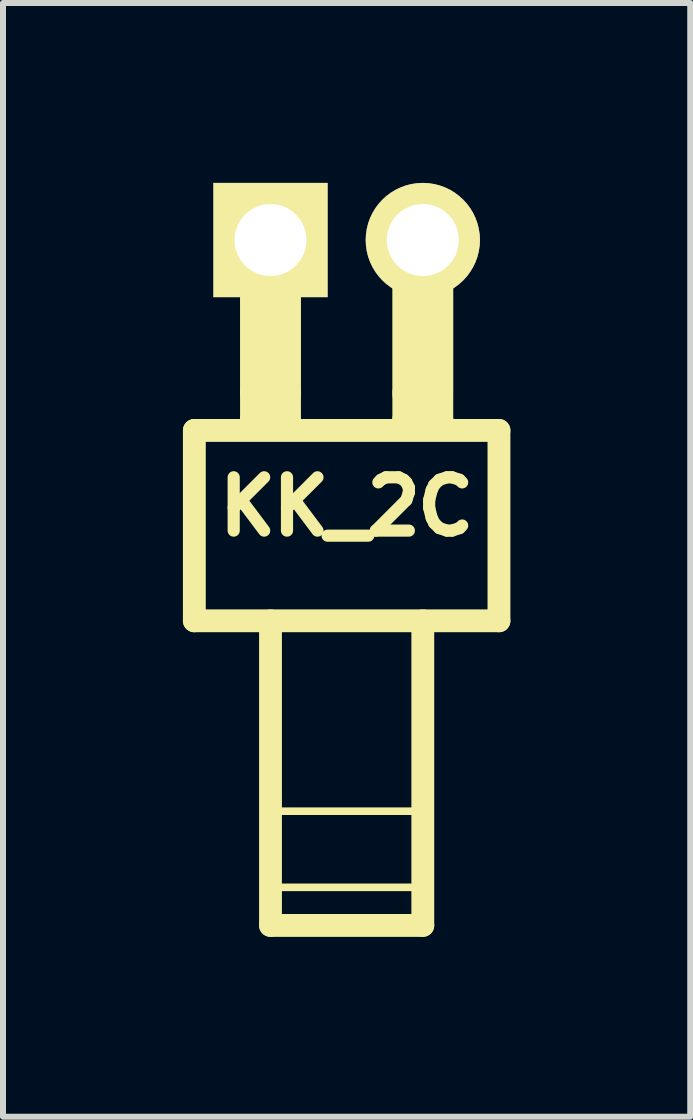
<source format=kicad_pcb>
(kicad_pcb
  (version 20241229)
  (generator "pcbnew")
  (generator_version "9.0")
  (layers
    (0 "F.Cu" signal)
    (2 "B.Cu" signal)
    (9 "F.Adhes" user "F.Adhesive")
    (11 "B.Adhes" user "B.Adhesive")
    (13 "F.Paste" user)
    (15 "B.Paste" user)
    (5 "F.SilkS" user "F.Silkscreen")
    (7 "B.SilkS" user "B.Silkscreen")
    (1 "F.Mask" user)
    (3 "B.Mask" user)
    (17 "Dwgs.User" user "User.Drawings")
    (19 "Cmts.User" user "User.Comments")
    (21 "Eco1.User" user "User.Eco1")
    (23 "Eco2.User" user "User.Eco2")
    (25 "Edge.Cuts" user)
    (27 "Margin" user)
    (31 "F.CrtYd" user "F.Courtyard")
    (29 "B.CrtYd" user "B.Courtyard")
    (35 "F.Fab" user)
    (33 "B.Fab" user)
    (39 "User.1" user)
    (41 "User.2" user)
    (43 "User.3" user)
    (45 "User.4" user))
  (footprint "KK_2C"
    (layer "F.Cu")
    (at 2.731 0.953)
    (property "Reference" "KK_2C" (at 0 4.445 0) (layer "F.SilkS") (effects (font (size 0.889 0.889) (thickness 0.203))))
    (attr through_hole)
    (fp_line (start -2.54 3.175) (end -2.54 6.35) (stroke (width 0.381) (type solid)) (layer "F.SilkS"))
    (fp_line (start -2.54 3.175) (end 2.54 3.175) (stroke (width 0.381) (type solid)) (layer "F.SilkS"))
    (fp_line (start -2.54 6.35) (end 2.54 6.35) (stroke (width 0.381) (type solid)) (layer "F.SilkS"))
    (fp_line (start -1.587 2.54) (end -1.587 2.985) (stroke (width 0.381) (type solid)) (layer "F.SilkS"))
    (fp_line (start -1.587 2.985) (end -0.953 2.985) (stroke (width 0.381) (type solid)) (layer "F.SilkS"))
    (fp_line (start -1.27 0) (end -1.27 2.54) (stroke (width 1.016) (type solid)) (layer "F.SilkS"))
    (fp_line (start -1.27 6.35) (end -1.27 11.43) (stroke (width 0.381) (type solid)) (layer "F.SilkS"))
    (fp_line (start -1.27 9.525) (end 1.27 9.525) (stroke (width 0.127) (type solid)) (layer "F.SilkS"))
    (fp_line (start -1.27 10.795) (end 1.27 10.795) (stroke (width 0.127) (type solid)) (layer "F.SilkS"))
    (fp_line (start -1.27 11.43) (end 1.27 11.43) (stroke (width 0.381) (type solid)) (layer "F.SilkS"))
    (fp_line (start -0.953 2.985) (end -0.953 2.54) (stroke (width 0.381) (type solid)) (layer "F.SilkS"))
    (fp_line (start 0.953 2.54) (end 0.953 2.985) (stroke (width 0.381) (type solid)) (layer "F.SilkS"))
    (fp_line (start 0.953 2.985) (end 1.587 2.985) (stroke (width 0.381) (type solid)) (layer "F.SilkS"))
    (fp_line (start 1.27 0) (end 1.27 2.54) (stroke (width 1.016) (type solid)) (layer "F.SilkS"))
    (fp_line (start 1.27 11.43) (end 1.27 6.35) (stroke (width 0.381) (type solid)) (layer "F.SilkS"))
    (fp_line (start 1.587 2.985) (end 1.587 2.603) (stroke (width 0.381) (type solid)) (layer "F.SilkS"))
    (fp_line (start 2.54 6.35) (end 2.54 3.175) (stroke (width 0.381) (type solid)) (layer "F.SilkS"))
    (pad "1" thru_hole rect (at -1.27 0) (size 1.905 1.905) (drill 1.2) (layers "*.Cu" "*.Mask" "F.SilkS"))
    (pad "2" thru_hole circle (at 1.27 0) (size 1.905 1.905) (drill 1.2) (layers "*.Cu" "*.Mask" "F.SilkS")))
  (gr_rect
    (start -3 -3)
    (end 8.461 15.573)
    (stroke (width 0.1) (type default))
    (fill no)
    (layer "Edge.Cuts")))
</source>
